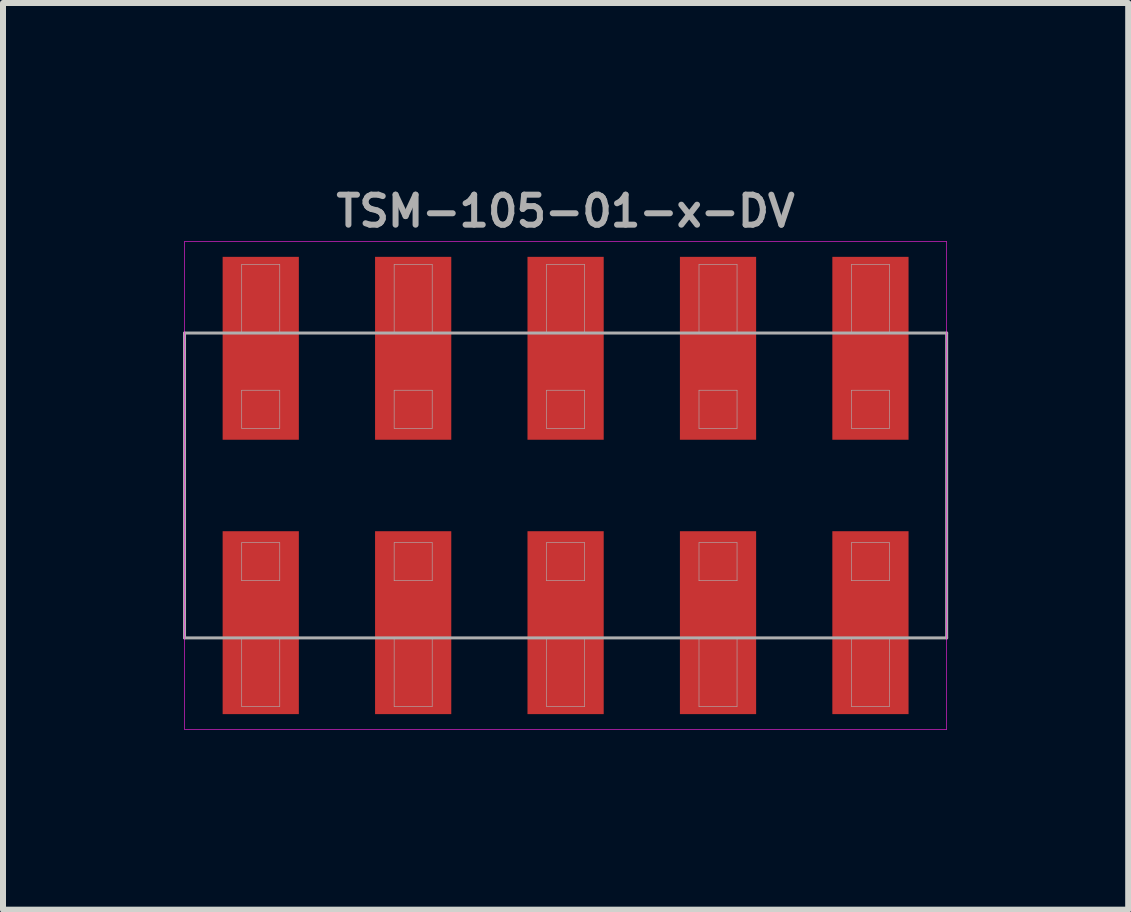
<source format=kicad_pcb>
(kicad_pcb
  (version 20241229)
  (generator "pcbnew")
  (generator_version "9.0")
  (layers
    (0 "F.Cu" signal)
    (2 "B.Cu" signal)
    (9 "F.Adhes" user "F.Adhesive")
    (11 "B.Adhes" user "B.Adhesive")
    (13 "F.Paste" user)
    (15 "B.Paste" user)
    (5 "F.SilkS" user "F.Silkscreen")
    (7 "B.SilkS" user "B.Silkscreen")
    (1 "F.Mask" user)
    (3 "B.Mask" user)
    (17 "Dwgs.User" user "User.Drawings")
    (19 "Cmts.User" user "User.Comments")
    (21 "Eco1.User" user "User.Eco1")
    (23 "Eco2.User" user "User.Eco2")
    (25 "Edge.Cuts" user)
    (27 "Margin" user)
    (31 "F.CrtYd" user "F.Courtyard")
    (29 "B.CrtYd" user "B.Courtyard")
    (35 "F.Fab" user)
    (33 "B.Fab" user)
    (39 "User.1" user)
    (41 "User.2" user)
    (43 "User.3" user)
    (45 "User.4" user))
  (footprint "TSM-105-01-x-DV"
    (layer "F.Cu")
    (at 6.375 5.04)
    (property "Reference" "TSM-105-01-x-DV" (at 0 -4.572 0) (layer "F.Fab") (effects (font (size 0.5 0.5) (thickness 0.1))))
    (attr smd)
    (fp_line (start -6.35 -4.064) (end -6.35 4.064) (stroke (width 0.01) (type solid)) (layer "F.CrtYd"))
    (fp_line (start -6.35 4.064) (end 6.35 4.064) (stroke (width 0.01) (type solid)) (layer "F.CrtYd"))
    (fp_line (start 6.35 -4.064) (end -6.35 -4.064) (stroke (width 0.01) (type solid)) (layer "F.CrtYd"))
    (fp_line (start 6.35 4.064) (end 6.35 -4.064) (stroke (width 0.01) (type solid)) (layer "F.CrtYd"))
    (fp_line (start -6.35 -2.54) (end 6.35 -2.54) (stroke (width 0.05) (type solid)) (layer "F.Fab"))
    (fp_line (start -6.35 2.54) (end -6.35 -2.54) (stroke (width 0.05) (type solid)) (layer "F.Fab"))
    (fp_line (start -5.397 -3.683) (end -4.763 -3.683) (stroke (width 0.01) (type solid)) (layer "F.Fab"))
    (fp_line (start -5.397 -2.54) (end -5.397 -3.683) (stroke (width 0.01) (type solid)) (layer "F.Fab"))
    (fp_line (start -5.397 -1.587) (end -5.397 -0.953) (stroke (width 0.01) (type solid)) (layer "F.Fab"))
    (fp_line (start -5.397 -0.953) (end -4.763 -0.953) (stroke (width 0.01) (type solid)) (layer "F.Fab"))
    (fp_line (start -5.397 0.953) (end -5.397 1.587) (stroke (width 0.01) (type solid)) (layer "F.Fab"))
    (fp_line (start -5.397 1.587) (end -4.763 1.587) (stroke (width 0.01) (type solid)) (layer "F.Fab"))
    (fp_line (start -5.397 3.683) (end -5.397 2.54) (stroke (width 0.01) (type solid)) (layer "F.Fab"))
    (fp_line (start -4.763 -3.683) (end -4.763 -2.54) (stroke (width 0.01) (type solid)) (layer "F.Fab"))
    (fp_line (start -4.763 -1.587) (end -5.397 -1.587) (stroke (width 0.01) (type solid)) (layer "F.Fab"))
    (fp_line (start -4.763 -0.953) (end -4.763 -1.587) (stroke (width 0.01) (type solid)) (layer "F.Fab"))
    (fp_line (start -4.763 0.953) (end -5.397 0.953) (stroke (width 0.01) (type solid)) (layer "F.Fab"))
    (fp_line (start -4.763 1.587) (end -4.763 0.953) (stroke (width 0.01) (type solid)) (layer "F.Fab"))
    (fp_line (start -4.763 2.54) (end -4.763 3.683) (stroke (width 0.01) (type solid)) (layer "F.Fab"))
    (fp_line (start -4.763 3.683) (end -5.397 3.683) (stroke (width 0.01) (type solid)) (layer "F.Fab"))
    (fp_line (start -2.857 -3.683) (end -2.223 -3.683) (stroke (width 0.01) (type solid)) (layer "F.Fab"))
    (fp_line (start -2.857 -2.54) (end -2.857 -3.683) (stroke (width 0.01) (type solid)) (layer "F.Fab"))
    (fp_line (start -2.857 -1.587) (end -2.857 -0.953) (stroke (width 0.01) (type solid)) (layer "F.Fab"))
    (fp_line (start -2.857 -0.953) (end -2.223 -0.953) (stroke (width 0.01) (type solid)) (layer "F.Fab"))
    (fp_line (start -2.857 0.953) (end -2.857 1.587) (stroke (width 0.01) (type solid)) (layer "F.Fab"))
    (fp_line (start -2.857 1.587) (end -2.223 1.587) (stroke (width 0.01) (type solid)) (layer "F.Fab"))
    (fp_line (start -2.857 3.683) (end -2.857 2.54) (stroke (width 0.01) (type solid)) (layer "F.Fab"))
    (fp_line (start -2.223 -3.683) (end -2.223 -2.54) (stroke (width 0.01) (type solid)) (layer "F.Fab"))
    (fp_line (start -2.223 -1.587) (end -2.857 -1.587) (stroke (width 0.01) (type solid)) (layer "F.Fab"))
    (fp_line (start -2.223 -0.953) (end -2.223 -1.587) (stroke (width 0.01) (type solid)) (layer "F.Fab"))
    (fp_line (start -2.223 0.953) (end -2.857 0.953) (stroke (width 0.01) (type solid)) (layer "F.Fab"))
    (fp_line (start -2.223 1.587) (end -2.223 0.953) (stroke (width 0.01) (type solid)) (layer "F.Fab"))
    (fp_line (start -2.223 2.54) (end -2.223 3.683) (stroke (width 0.01) (type solid)) (layer "F.Fab"))
    (fp_line (start -2.223 3.683) (end -2.857 3.683) (stroke (width 0.01) (type solid)) (layer "F.Fab"))
    (fp_line (start -0.318 -3.683) (end 0.318 -3.683) (stroke (width 0.01) (type solid)) (layer "F.Fab"))
    (fp_line (start -0.318 -2.54) (end -0.318 -3.683) (stroke (width 0.01) (type solid)) (layer "F.Fab"))
    (fp_line (start -0.318 -1.587) (end -0.318 -0.953) (stroke (width 0.01) (type solid)) (layer "F.Fab"))
    (fp_line (start -0.318 -0.953) (end 0.318 -0.953) (stroke (width 0.01) (type solid)) (layer "F.Fab"))
    (fp_line (start -0.318 0.953) (end -0.318 1.587) (stroke (width 0.01) (type solid)) (layer "F.Fab"))
    (fp_line (start -0.318 1.587) (end 0.318 1.587) (stroke (width 0.01) (type solid)) (layer "F.Fab"))
    (fp_line (start -0.318 3.683) (end -0.318 2.54) (stroke (width 0.01) (type solid)) (layer "F.Fab"))
    (fp_line (start 0.318 -3.683) (end 0.318 -2.54) (stroke (width 0.01) (type solid)) (layer "F.Fab"))
    (fp_line (start 0.318 -1.587) (end -0.318 -1.587) (stroke (width 0.01) (type solid)) (layer "F.Fab"))
    (fp_line (start 0.318 -0.953) (end 0.318 -1.587) (stroke (width 0.01) (type solid)) (layer "F.Fab"))
    (fp_line (start 0.318 0.953) (end -0.318 0.953) (stroke (width 0.01) (type solid)) (layer "F.Fab"))
    (fp_line (start 0.318 1.587) (end 0.318 0.953) (stroke (width 0.01) (type solid)) (layer "F.Fab"))
    (fp_line (start 0.318 2.54) (end 0.318 3.683) (stroke (width 0.01) (type solid)) (layer "F.Fab"))
    (fp_line (start 0.318 3.683) (end -0.318 3.683) (stroke (width 0.01) (type solid)) (layer "F.Fab"))
    (fp_line (start 2.223 -3.683) (end 2.857 -3.683) (stroke (width 0.01) (type solid)) (layer "F.Fab"))
    (fp_line (start 2.223 -2.54) (end 2.223 -3.683) (stroke (width 0.01) (type solid)) (layer "F.Fab"))
    (fp_line (start 2.223 -1.587) (end 2.223 -0.953) (stroke (width 0.01) (type solid)) (layer "F.Fab"))
    (fp_line (start 2.223 -0.953) (end 2.857 -0.953) (stroke (width 0.01) (type solid)) (layer "F.Fab"))
    (fp_line (start 2.223 0.953) (end 2.223 1.587) (stroke (width 0.01) (type solid)) (layer "F.Fab"))
    (fp_line (start 2.223 1.587) (end 2.857 1.587) (stroke (width 0.01) (type solid)) (layer "F.Fab"))
    (fp_line (start 2.223 3.683) (end 2.223 2.54) (stroke (width 0.01) (type solid)) (layer "F.Fab"))
    (fp_line (start 2.857 -3.683) (end 2.857 -2.54) (stroke (width 0.01) (type solid)) (layer "F.Fab"))
    (fp_line (start 2.857 -1.587) (end 2.223 -1.587) (stroke (width 0.01) (type solid)) (layer "F.Fab"))
    (fp_line (start 2.857 -0.953) (end 2.857 -1.587) (stroke (width 0.01) (type solid)) (layer "F.Fab"))
    (fp_line (start 2.857 0.953) (end 2.223 0.953) (stroke (width 0.01) (type solid)) (layer "F.Fab"))
    (fp_line (start 2.857 1.587) (end 2.857 0.953) (stroke (width 0.01) (type solid)) (layer "F.Fab"))
    (fp_line (start 2.857 2.54) (end 2.857 3.683) (stroke (width 0.01) (type solid)) (layer "F.Fab"))
    (fp_line (start 2.857 3.683) (end 2.223 3.683) (stroke (width 0.01) (type solid)) (layer "F.Fab"))
    (fp_line (start 4.763 -3.683) (end 5.397 -3.683) (stroke (width 0.01) (type solid)) (layer "F.Fab"))
    (fp_line (start 4.763 -2.54) (end 4.763 -3.683) (stroke (width 0.01) (type solid)) (layer "F.Fab"))
    (fp_line (start 4.763 -1.587) (end 4.763 -0.953) (stroke (width 0.01) (type solid)) (layer "F.Fab"))
    (fp_line (start 4.763 -0.953) (end 5.397 -0.953) (stroke (width 0.01) (type solid)) (layer "F.Fab"))
    (fp_line (start 4.763 0.953) (end 4.763 1.587) (stroke (width 0.01) (type solid)) (layer "F.Fab"))
    (fp_line (start 4.763 1.587) (end 5.397 1.587) (stroke (width 0.01) (type solid)) (layer "F.Fab"))
    (fp_line (start 4.763 3.683) (end 4.763 2.54) (stroke (width 0.01) (type solid)) (layer "F.Fab"))
    (fp_line (start 5.397 -3.683) (end 5.397 -2.54) (stroke (width 0.01) (type solid)) (layer "F.Fab"))
    (fp_line (start 5.397 -1.587) (end 4.763 -1.587) (stroke (width 0.01) (type solid)) (layer "F.Fab"))
    (fp_line (start 5.397 -0.953) (end 5.397 -1.587) (stroke (width 0.01) (type solid)) (layer "F.Fab"))
    (fp_line (start 5.397 0.953) (end 4.763 0.953) (stroke (width 0.01) (type solid)) (layer "F.Fab"))
    (fp_line (start 5.397 1.587) (end 5.397 0.953) (stroke (width 0.01) (type solid)) (layer "F.Fab"))
    (fp_line (start 5.397 2.54) (end 5.397 3.683) (stroke (width 0.01) (type solid)) (layer "F.Fab"))
    (fp_line (start 5.397 3.683) (end 4.763 3.683) (stroke (width 0.01) (type solid)) (layer "F.Fab"))
    (fp_line (start 6.35 -2.54) (end 6.35 2.54) (stroke (width 0.05) (type solid)) (layer "F.Fab"))
    (fp_line (start 6.35 2.54) (end -6.35 2.54) (stroke (width 0.05) (type solid)) (layer "F.Fab"))
    (pad "1" smd rect (at -5.08 2.286) (size 1.27 3.048) (layers "F.Cu" "F.Mask" "F.Paste"))
    (pad "2" smd rect (at -5.08 -2.286) (size 1.27 3.048) (layers "F.Cu" "F.Mask" "F.Paste"))
    (pad "3" smd rect (at -2.54 2.286) (size 1.27 3.048) (layers "F.Cu" "F.Mask" "F.Paste"))
    (pad "4" smd rect (at -2.54 -2.286) (size 1.27 3.048) (layers "F.Cu" "F.Mask" "F.Paste"))
    (pad "5" smd rect (at 0 2.286) (size 1.27 3.048) (layers "F.Cu" "F.Mask" "F.Paste"))
    (pad "6" smd rect (at 0 -2.286) (size 1.27 3.048) (layers "F.Cu" "F.Mask" "F.Paste"))
    (pad "7" smd rect (at 2.54 2.286) (size 1.27 3.048) (layers "F.Cu" "F.Mask" "F.Paste"))
    (pad "8" smd rect (at 2.54 -2.286) (size 1.27 3.048) (layers "F.Cu" "F.Mask" "F.Paste"))
    (pad "9" smd rect (at 5.08 2.286) (size 1.27 3.048) (layers "F.Cu" "F.Mask" "F.Paste"))
    (pad "10" smd rect (at 5.08 -2.286) (size 1.27 3.048) (layers "F.Cu" "F.Mask" "F.Paste")))
  (gr_rect
    (start -3 -3)
    (end 15.75 12.109)
    (stroke (width 0.1) (type default))
    (fill no)
    (layer "Edge.Cuts")))
</source>
